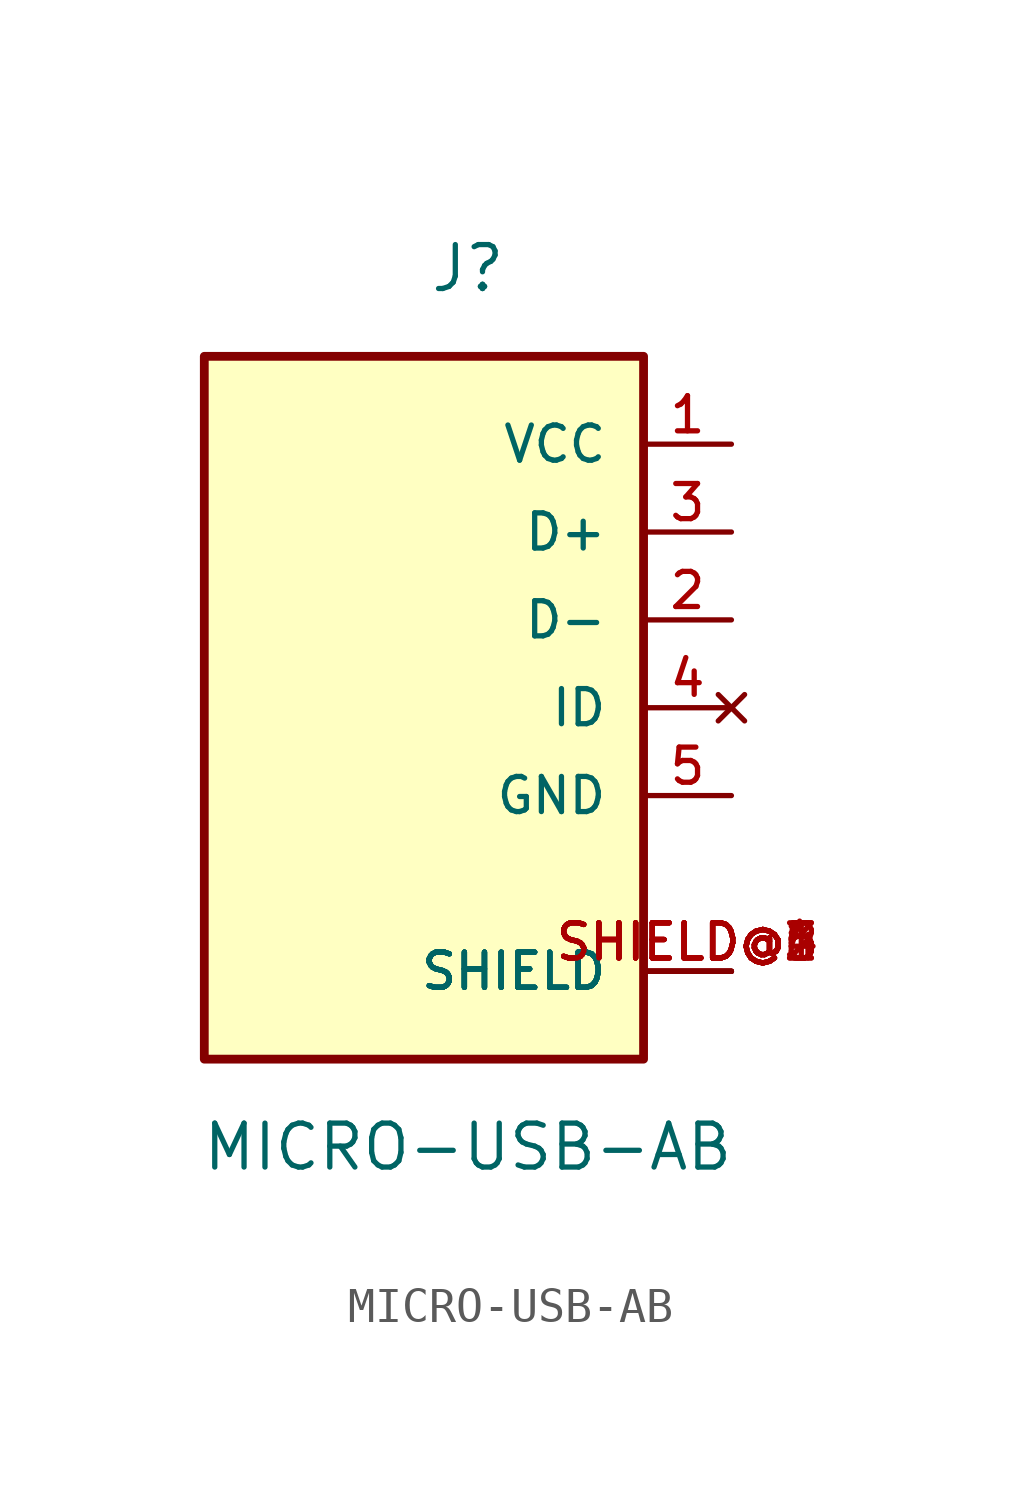
<source format=kicad_sym>
(kicad_symbol_lib
  (version 20211014)
  (generator kicad_symbol_editor)
  (symbol "MICRO-USB-AB"
    (pin_names
      (offset 1.016))
    (property "Reference" "J"
      (at 0.0 12.7 0)
      (effects (font (size 1.27 1.27))))
    (property "Value" "MICRO-USB-AB"
      (at 0.0 -12.7 0)
      (effects (font (size 1.27 1.27))))
    (symbol "MICRO-USB-AB_0_0"
      (rectangle (start -7.62 -10.16) (end 5.08 10.16) (stroke (width 0.254)) (fill (type background)))
      (pin power_in line (at 7.62 7.62 180.0) (length 2.54) (name "VCC" (effects (font (size 1.016 1.016)))) (number "1" (effects (font (size 1.016 1.016)))))
      (pin output line (at 7.62 2.54 180.0) (length 2.54) (name "D-" (effects (font (size 1.016 1.016)))) (number "2" (effects (font (size 1.016 1.016)))))
      (pin input line (at 7.62 5.08 180.0) (length 2.54) (name "D+" (effects (font (size 1.016 1.016)))) (number "3" (effects (font (size 1.016 1.016)))))
      (pin no_connect line (at 7.62 0.0 180.0) (length 2.54) (name "ID" (effects (font (size 1.016 1.016)))) (number "4" (effects (font (size 1.016 1.016)))))
      (pin power_in line (at 7.62 -2.54 180.0) (length 2.54) (name "GND" (effects (font (size 1.016 1.016)))) (number "5" (effects (font (size 1.016 1.016)))))
      (pin power_in line (at 7.62 -7.62 180.0) (length 2.54) (name "SHIELD" (effects (font (size 1.016 1.016)))) (number "SHIELD@1" (effects (font (size 1.016 1.016)))))
      (pin power_in line (at 7.62 -7.62 180.0) (length 2.54) (name "SHIELD" (effects (font (size 1.016 1.016)))) (number "SHIELD@2" (effects (font (size 1.016 1.016)))))
      (pin power_in line (at 7.62 -7.62 180.0) (length 2.54) (name "SHIELD" (effects (font (size 1.016 1.016)))) (number "SHIELD@3" (effects (font (size 1.016 1.016)))))
      (pin power_in line (at 7.62 -7.62 180.0) (length 2.54) (name "SHIELD" (effects (font (size 1.016 1.016)))) (number "SHIELD@4" (effects (font (size 1.016 1.016)))))
      (pin power_in line (at 7.62 -7.62 180.0) (length 2.54) (name "SHIELD" (effects (font (size 1.016 1.016)))) (number "SHIELD@5" (effects (font (size 1.016 1.016)))))
      (pin power_in line (at 7.62 -7.62 180.0) (length 2.54) (name "SHIELD" (effects (font (size 1.016 1.016)))) (number "SHIELD@6" (effects (font (size 1.016 1.016))))))))
</source>
